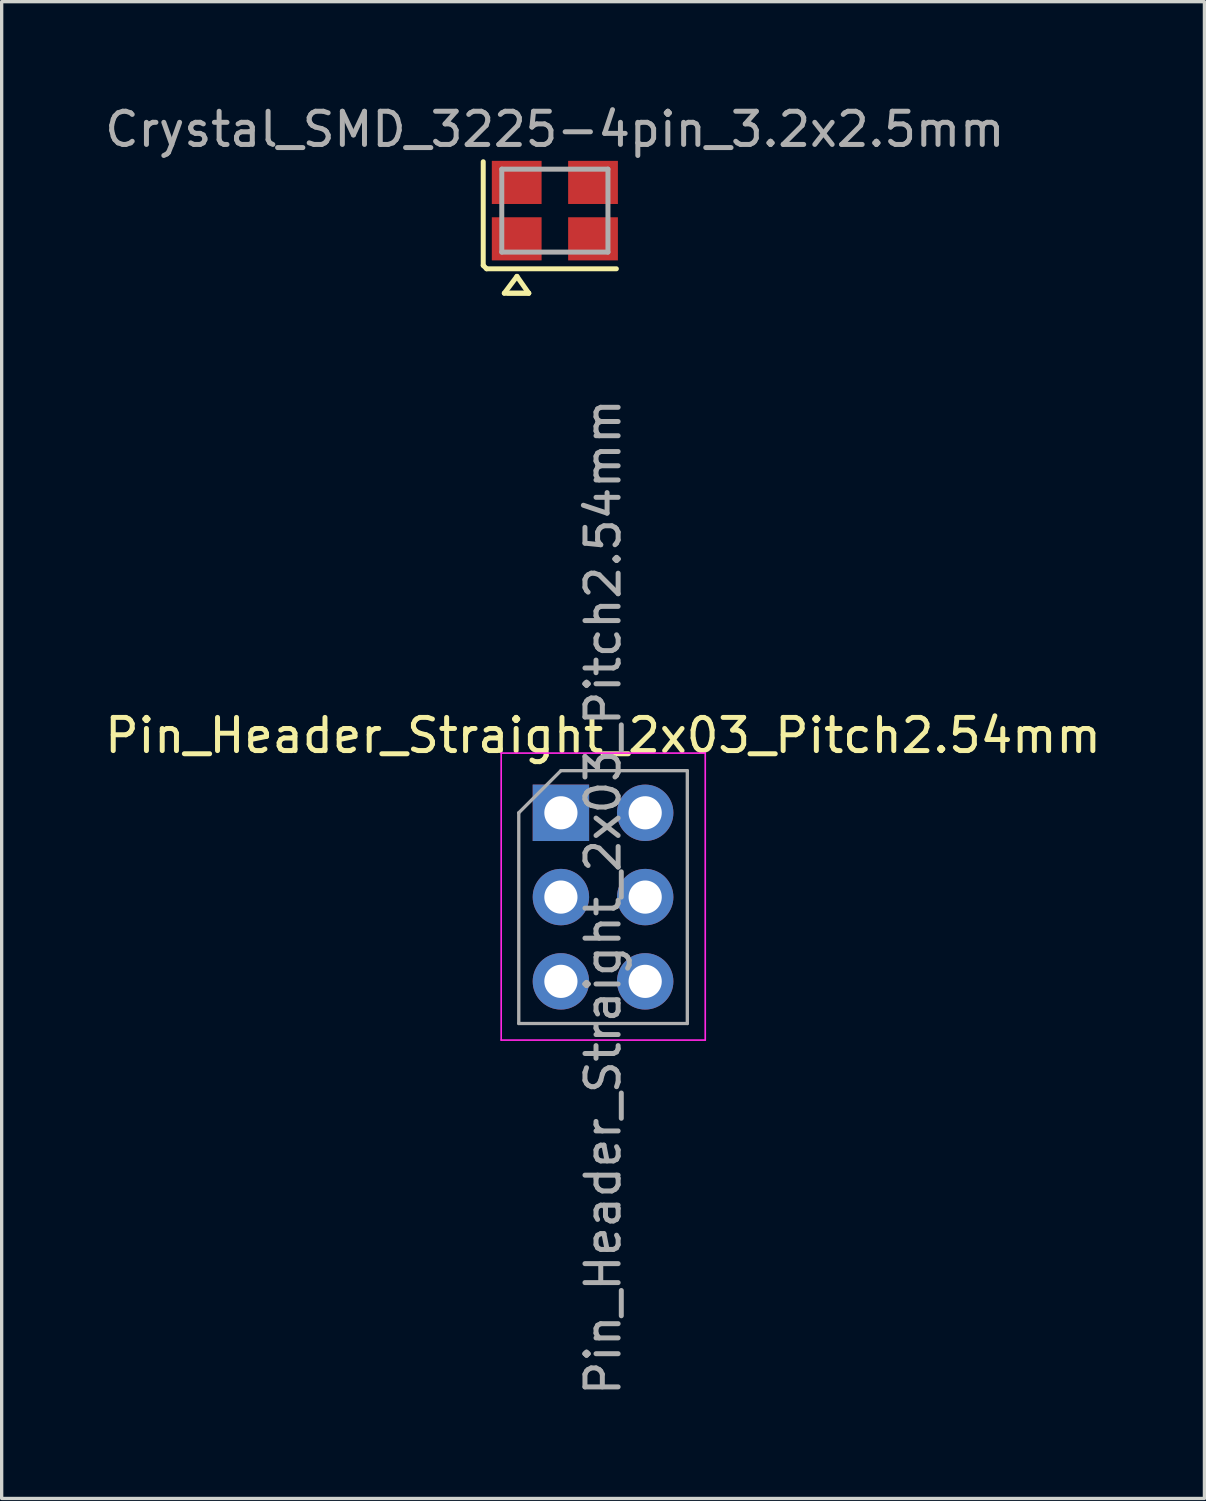
<source format=kicad_pcb>
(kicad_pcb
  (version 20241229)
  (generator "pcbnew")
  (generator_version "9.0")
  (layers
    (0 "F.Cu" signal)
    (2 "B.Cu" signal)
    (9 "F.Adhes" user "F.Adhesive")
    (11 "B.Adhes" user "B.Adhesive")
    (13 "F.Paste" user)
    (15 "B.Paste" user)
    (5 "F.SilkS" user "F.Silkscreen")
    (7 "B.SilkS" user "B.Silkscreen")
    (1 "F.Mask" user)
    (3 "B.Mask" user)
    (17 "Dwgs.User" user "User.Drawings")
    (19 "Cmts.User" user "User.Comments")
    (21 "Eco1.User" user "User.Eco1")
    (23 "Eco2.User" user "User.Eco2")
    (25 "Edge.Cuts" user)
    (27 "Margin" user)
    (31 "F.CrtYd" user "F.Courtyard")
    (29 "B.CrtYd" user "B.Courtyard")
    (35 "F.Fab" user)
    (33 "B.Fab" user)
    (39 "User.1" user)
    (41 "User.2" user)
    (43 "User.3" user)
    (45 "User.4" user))
  (footprint "Crystal_SMD_3225-4pin_3.2x2.5mm"
    (layer "F.Cu")
    (at 13.673 3.298)
    (property "Reference" "Crystal_SMD_3225-4pin_3.2x2.5mm" (at 0 -2.45 0) (layer "F.Fab") (effects (font (size 1 1) (thickness 0.15))))
    (attr through_hole)
    (fp_line (start -2.159 -1.473) (end -2.159 1.651) (stroke (width 0.15) (type solid)) (layer "F.SilkS"))
    (fp_line (start -2.057 1.753) (end -2.159 1.651) (stroke (width 0.15) (type solid)) (layer "F.SilkS"))
    (fp_line (start -2.057 1.753) (end 1.854 1.753) (stroke (width 0.15) (type solid)) (layer "F.SilkS"))
    (fp_line (start -1.524 2.489) (end -1.143 1.981) (stroke (width 0.15) (type solid)) (layer "F.SilkS"))
    (fp_line (start -1.143 1.981) (end -0.787 2.489) (stroke (width 0.15) (type solid)) (layer "F.SilkS"))
    (fp_line (start -0.787 2.489) (end -1.524 2.489) (stroke (width 0.15) (type solid)) (layer "F.SilkS"))
    (fp_line (start -0.787 2.489) (end -1.422 2.489) (stroke (width 0.15) (type solid)) (layer "F.SilkS"))
    (fp_line (start -1.6 -1.25) (end 1.6 -1.25) (stroke (width 0.15) (type solid)) (layer "F.Fab"))
    (fp_line (start -1.6 1.25) (end -1.6 -1.25) (stroke (width 0.15) (type solid)) (layer "F.Fab"))
    (fp_line (start 1.6 -1.25) (end 1.6 1.25) (stroke (width 0.15) (type solid)) (layer "F.Fab"))
    (fp_line (start 1.6 1.25) (end -1.6 1.25) (stroke (width 0.15) (type solid)) (layer "F.Fab"))
    (pad "1" smd rect (at -1.15 0.85) (size 1.5 1.3) (layers "F.Cu" "F.Mask" "F.Paste"))
    (pad "2" smd rect (at -1.15 -0.85) (size 1.5 1.3) (layers "F.Cu" "F.Mask" "F.Paste"))
    (pad "2" smd rect (at 1.15 0.85) (size 1.5 1.3) (layers "F.Cu" "F.Mask" "F.Paste"))
    (pad "3" smd rect (at 1.15 -0.85) (size 1.5 1.3) (layers "F.Cu" "F.Mask" "F.Paste")))
  (footprint "Pin_Header_Straight_2x03_Pitch2.54mm"
    (layer "F.Cu")
    (at 13.855 21.447)
    (property "Reference" "Pin_Header_Straight_2x03_Pitch2.54mm" (at 1.27 -2.33 0) (layer "F.SilkS") (effects (font (size 1 1) (thickness 0.15))))
    (attr through_hole)
    (fp_line (start -1.8 -1.8) (end -1.8 6.85) (stroke (width 0.05) (type solid)) (layer "F.CrtYd"))
    (fp_line (start -1.8 6.85) (end 4.35 6.85) (stroke (width 0.05) (type solid)) (layer "F.CrtYd"))
    (fp_line (start 4.35 -1.8) (end -1.8 -1.8) (stroke (width 0.05) (type solid)) (layer "F.CrtYd"))
    (fp_line (start 4.35 6.85) (end 4.35 -1.8) (stroke (width 0.05) (type solid)) (layer "F.CrtYd"))
    (fp_line (start -1.27 0) (end 0 -1.27) (stroke (width 0.1) (type solid)) (layer "F.Fab"))
    (fp_line (start -1.27 6.35) (end -1.27 0) (stroke (width 0.1) (type solid)) (layer "F.Fab"))
    (fp_line (start 0 -1.27) (end 3.81 -1.27) (stroke (width 0.1) (type solid)) (layer "F.Fab"))
    (fp_line (start 3.81 -1.27) (end 3.81 6.35) (stroke (width 0.1) (type solid)) (layer "F.Fab"))
    (fp_line (start 3.81 6.35) (end -1.27 6.35) (stroke (width 0.1) (type solid)) (layer "F.Fab"))
    (fp_text user "${REFERENCE}" (at 1.27 2.54 90) (layer "F.Fab") (effects (font (size 1 1) (thickness 0.15))))
    (pad "1" thru_hole rect (at 0 0) (size 1.7 1.7) (drill 1) (layers "*.Cu" "*.Mask"))
    (pad "2" thru_hole oval (at 2.54 0) (size 1.7 1.7) (drill 1) (layers "*.Cu" "*.Mask"))
    (pad "3" thru_hole oval (at 0 2.54) (size 1.7 1.7) (drill 1) (layers "*.Cu" "*.Mask"))
    (pad "4" thru_hole oval (at 2.54 2.54) (size 1.7 1.7) (drill 1) (layers "*.Cu" "*.Mask"))
    (pad "5" thru_hole oval (at 0 5.08) (size 1.7 1.7) (drill 1) (layers "*.Cu" "*.Mask"))
    (pad "6" thru_hole oval (at 2.54 5.08) (size 1.7 1.7) (drill 1) (layers "*.Cu" "*.Mask")))
  (gr_rect
    (start -3 -3)
    (end 33.25 42.112)
    (stroke (width 0.1) (type default))
    (fill no)
    (layer "Edge.Cuts")))
</source>
